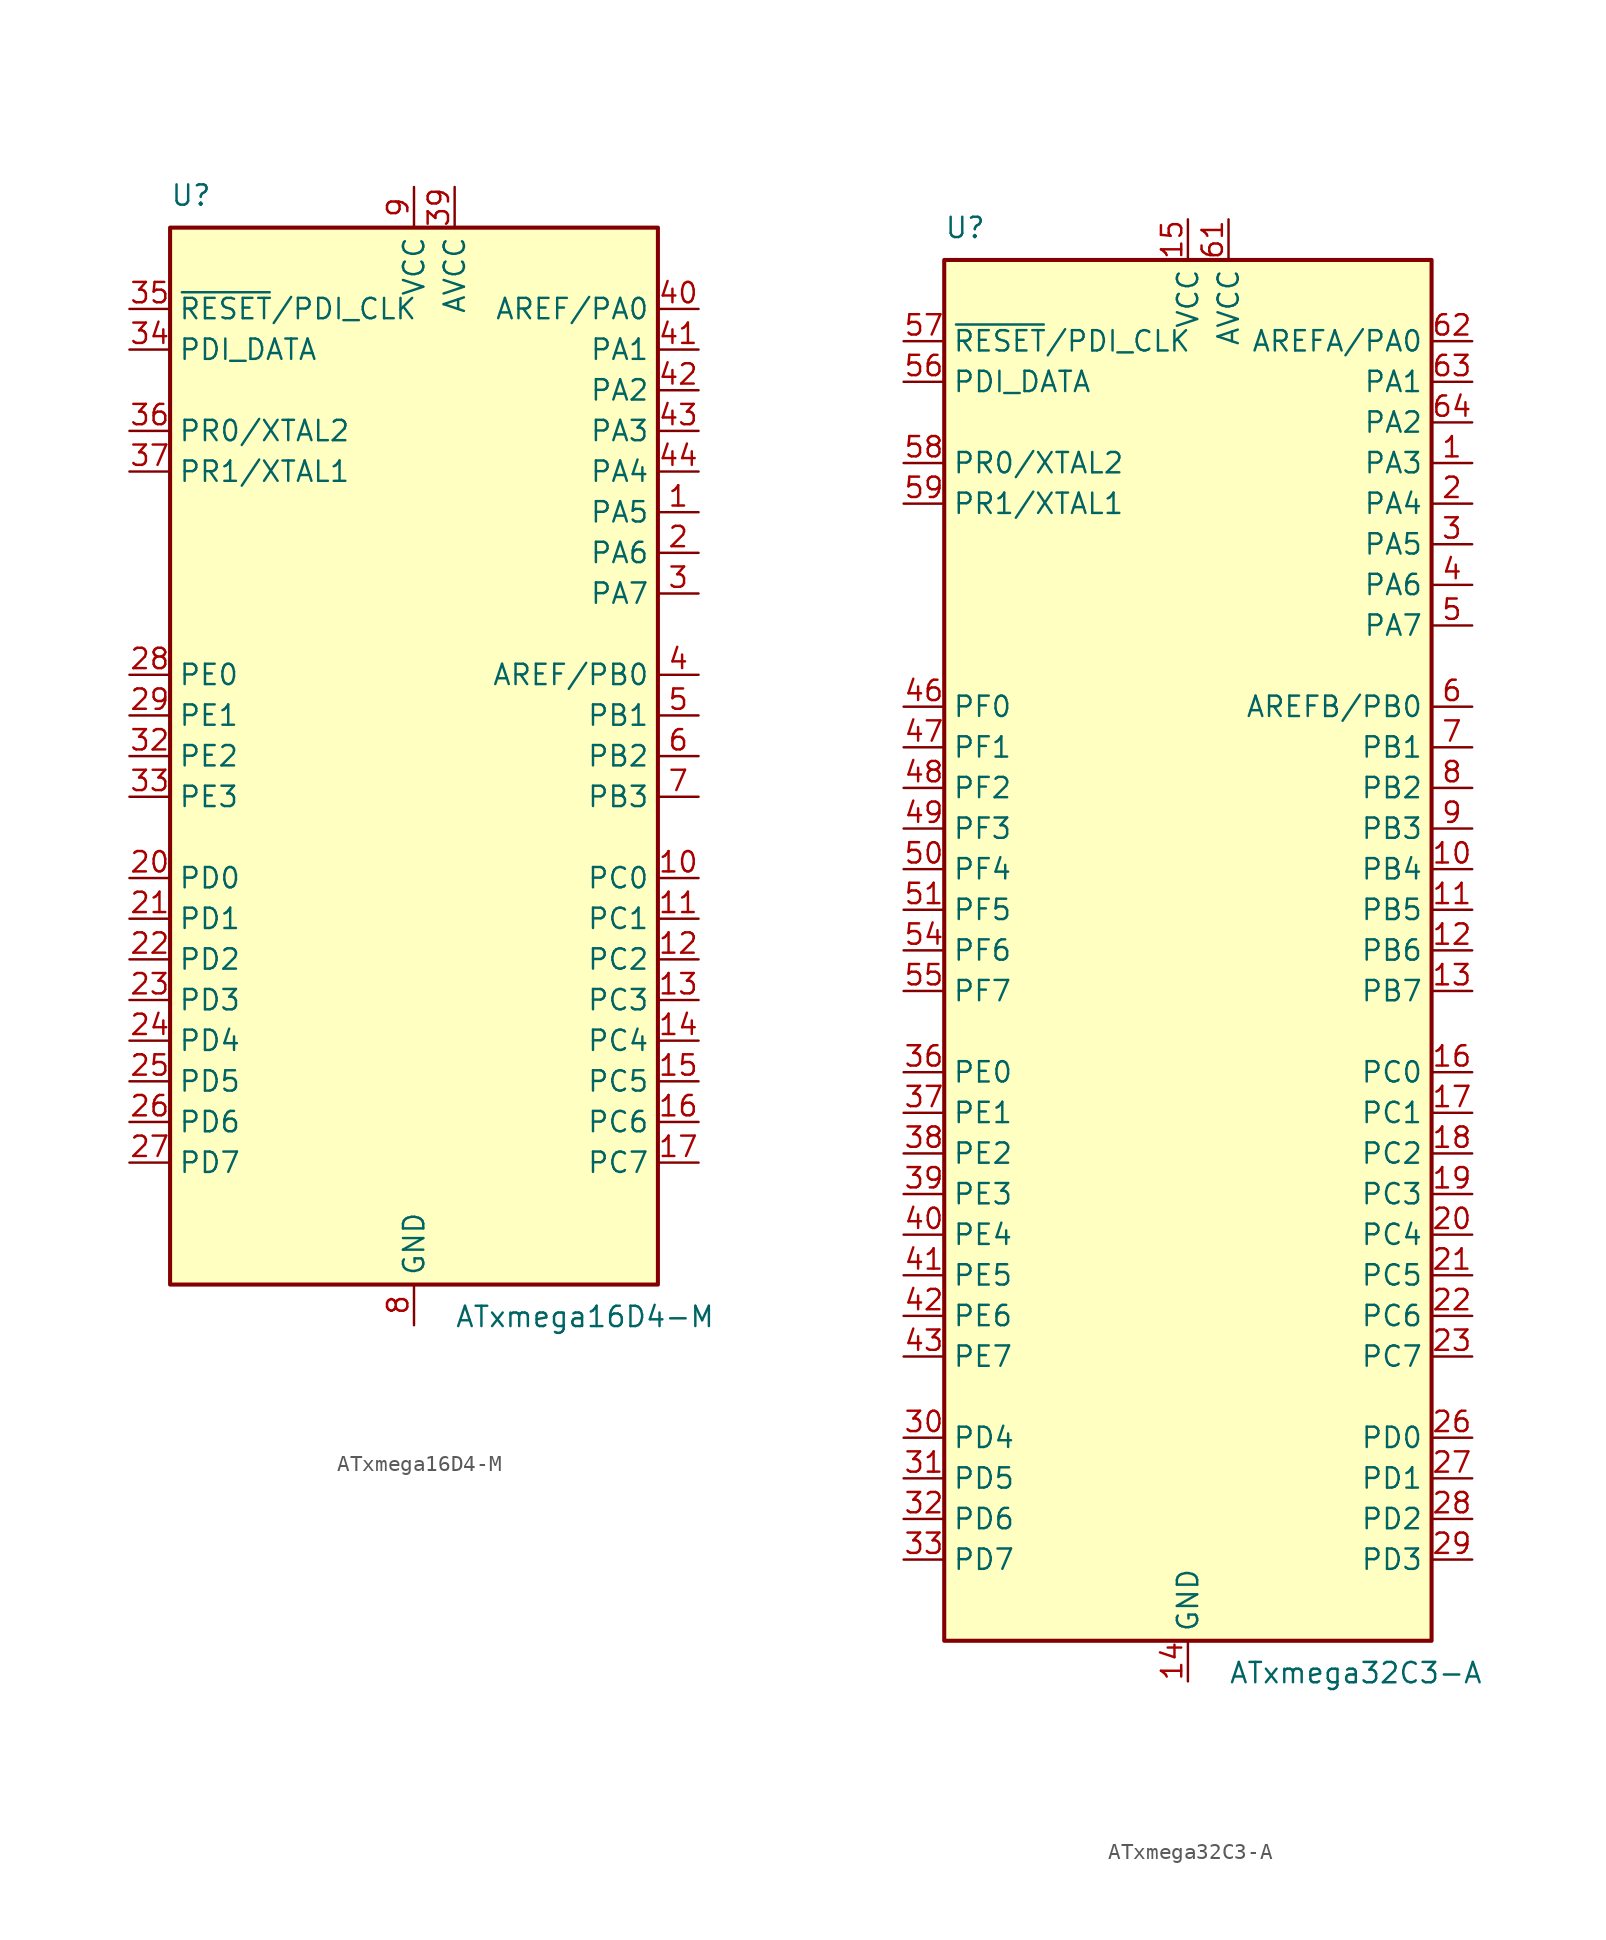
<source format=kicad_sym>
(kicad_symbol_lib
  (version 20241209)
  (generator "kicad_symbol_editor")
  (generator_version "9.0")
  (symbol "ATxmega16D4-M"
    (property "Reference" "U"
      (at -15.24 34.29 0)
      (effects (font (size 1.27 1.27)) (justify left bottom)))
    (property "Value" "ATxmega16D4-M"
      (at 2.54 -34.29 0)
      (effects (font (size 1.27 1.27)) (justify left top)))
    (symbol "ATxmega16D4-M_0_1"
      (rectangle (start -15.24 -33.02) (end 15.24 33.02) (stroke (width 0.254) (type default)) (fill (type background))))
    (symbol "ATxmega16D4-M_1_1"
      (pin input line (at -17.78 27.94 0) (length 2.54) (name "~{RESET}/PDI_CLK" (effects (font (size 1.27 1.27)))) (number "35" (effects (font (size 1.27 1.27)))))
      (pin bidirectional line (at -17.78 25.4 0) (length 2.54) (name "PDI_DATA" (effects (font (size 1.27 1.27)))) (number "34" (effects (font (size 1.27 1.27)))))
      (pin bidirectional line (at -17.78 20.32 0) (length 2.54) (name "PR0/XTAL2" (effects (font (size 1.27 1.27)))) (number "36" (effects (font (size 1.27 1.27)))))
      (pin bidirectional line (at -17.78 17.78 0) (length 2.54) (name "PR1/XTAL1" (effects (font (size 1.27 1.27)))) (number "37" (effects (font (size 1.27 1.27)))))
      (pin bidirectional line (at -17.78 5.08 0) (length 2.54) (name "PE0" (effects (font (size 1.27 1.27)))) (number "28" (effects (font (size 1.27 1.27)))))
      (pin bidirectional line (at -17.78 2.54 0) (length 2.54) (name "PE1" (effects (font (size 1.27 1.27)))) (number "29" (effects (font (size 1.27 1.27)))))
      (pin bidirectional line (at -17.78 0 0) (length 2.54) (name "PE2" (effects (font (size 1.27 1.27)))) (number "32" (effects (font (size 1.27 1.27)))))
      (pin bidirectional line (at -17.78 -2.54 0) (length 2.54) (name "PE3" (effects (font (size 1.27 1.27)))) (number "33" (effects (font (size 1.27 1.27)))))
      (pin bidirectional line (at -17.78 -7.62 0) (length 2.54) (name "PD0" (effects (font (size 1.27 1.27)))) (number "20" (effects (font (size 1.27 1.27)))))
      (pin bidirectional line (at -17.78 -10.16 0) (length 2.54) (name "PD1" (effects (font (size 1.27 1.27)))) (number "21" (effects (font (size 1.27 1.27)))))
      (pin bidirectional line (at -17.78 -12.7 0) (length 2.54) (name "PD2" (effects (font (size 1.27 1.27)))) (number "22" (effects (font (size 1.27 1.27)))))
      (pin bidirectional line (at -17.78 -15.24 0) (length 2.54) (name "PD3" (effects (font (size 1.27 1.27)))) (number "23" (effects (font (size 1.27 1.27)))))
      (pin bidirectional line (at -17.78 -17.78 0) (length 2.54) (name "PD4" (effects (font (size 1.27 1.27)))) (number "24" (effects (font (size 1.27 1.27)))))
      (pin bidirectional line (at -17.78 -20.32 0) (length 2.54) (name "PD5" (effects (font (size 1.27 1.27)))) (number "25" (effects (font (size 1.27 1.27)))))
      (pin bidirectional line (at -17.78 -22.86 0) (length 2.54) (name "PD6" (effects (font (size 1.27 1.27)))) (number "26" (effects (font (size 1.27 1.27)))))
      (pin bidirectional line (at -17.78 -25.4 0) (length 2.54) (name "PD7" (effects (font (size 1.27 1.27)))) (number "27" (effects (font (size 1.27 1.27)))))
      (pin passive line (at 0 35.56 270) (length 2.54) (hide yes) (name "VCC" (effects (font (size 1.27 1.27)))) (number "19" (effects (font (size 1.27 1.27)))))
      (pin passive line (at 0 35.56 270) (length 2.54) (hide yes) (name "VCC" (effects (font (size 1.27 1.27)))) (number "31" (effects (font (size 1.27 1.27)))))
      (pin power_in line (at 0 35.56 270) (length 2.54) (name "VCC" (effects (font (size 1.27 1.27)))) (number "9" (effects (font (size 1.27 1.27)))))
      (pin passive line (at 0 -35.56 90) (length 2.54) (hide yes) (name "GND" (effects (font (size 1.27 1.27)))) (number "18" (effects (font (size 1.27 1.27)))))
      (pin passive line (at 0 -35.56 90) (length 2.54) (hide yes) (name "GND" (effects (font (size 1.27 1.27)))) (number "30" (effects (font (size 1.27 1.27)))))
      (pin passive line (at 0 -35.56 90) (length 2.54) (hide yes) (name "GND" (effects (font (size 1.27 1.27)))) (number "38" (effects (font (size 1.27 1.27)))))
      (pin passive line (at 0 -35.56 90) (length 2.54) (hide yes) (name "GND" (effects (font (size 1.27 1.27)))) (number "45" (effects (font (size 1.27 1.27)))))
      (pin power_in line (at 0 -35.56 90) (length 2.54) (name "GND" (effects (font (size 1.27 1.27)))) (number "8" (effects (font (size 1.27 1.27)))))
      (pin power_in line (at 2.54 35.56 270) (length 2.54) (name "AVCC" (effects (font (size 1.27 1.27)))) (number "39" (effects (font (size 1.27 1.27)))))
      (pin bidirectional line (at 17.78 27.94 180) (length 2.54) (name "AREF/PA0" (effects (font (size 1.27 1.27)))) (number "40" (effects (font (size 1.27 1.27)))))
      (pin bidirectional line (at 17.78 25.4 180) (length 2.54) (name "PA1" (effects (font (size 1.27 1.27)))) (number "41" (effects (font (size 1.27 1.27)))))
      (pin bidirectional line (at 17.78 22.86 180) (length 2.54) (name "PA2" (effects (font (size 1.27 1.27)))) (number "42" (effects (font (size 1.27 1.27)))))
      (pin bidirectional line (at 17.78 20.32 180) (length 2.54) (name "PA3" (effects (font (size 1.27 1.27)))) (number "43" (effects (font (size 1.27 1.27)))))
      (pin bidirectional line (at 17.78 17.78 180) (length 2.54) (name "PA4" (effects (font (size 1.27 1.27)))) (number "44" (effects (font (size 1.27 1.27)))))
      (pin bidirectional line (at 17.78 15.24 180) (length 2.54) (name "PA5" (effects (font (size 1.27 1.27)))) (number "1" (effects (font (size 1.27 1.27)))))
      (pin bidirectional line (at 17.78 12.7 180) (length 2.54) (name "PA6" (effects (font (size 1.27 1.27)))) (number "2" (effects (font (size 1.27 1.27)))))
      (pin bidirectional line (at 17.78 10.16 180) (length 2.54) (name "PA7" (effects (font (size 1.27 1.27)))) (number "3" (effects (font (size 1.27 1.27)))))
      (pin bidirectional line (at 17.78 5.08 180) (length 2.54) (name "AREF/PB0" (effects (font (size 1.27 1.27)))) (number "4" (effects (font (size 1.27 1.27)))))
      (pin bidirectional line (at 17.78 2.54 180) (length 2.54) (name "PB1" (effects (font (size 1.27 1.27)))) (number "5" (effects (font (size 1.27 1.27)))))
      (pin bidirectional line (at 17.78 0 180) (length 2.54) (name "PB2" (effects (font (size 1.27 1.27)))) (number "6" (effects (font (size 1.27 1.27)))))
      (pin bidirectional line (at 17.78 -2.54 180) (length 2.54) (name "PB3" (effects (font (size 1.27 1.27)))) (number "7" (effects (font (size 1.27 1.27)))))
      (pin bidirectional line (at 17.78 -7.62 180) (length 2.54) (name "PC0" (effects (font (size 1.27 1.27)))) (number "10" (effects (font (size 1.27 1.27)))))
      (pin bidirectional line (at 17.78 -10.16 180) (length 2.54) (name "PC1" (effects (font (size 1.27 1.27)))) (number "11" (effects (font (size 1.27 1.27)))))
      (pin bidirectional line (at 17.78 -12.7 180) (length 2.54) (name "PC2" (effects (font (size 1.27 1.27)))) (number "12" (effects (font (size 1.27 1.27)))))
      (pin bidirectional line (at 17.78 -15.24 180) (length 2.54) (name "PC3" (effects (font (size 1.27 1.27)))) (number "13" (effects (font (size 1.27 1.27)))))
      (pin bidirectional line (at 17.78 -17.78 180) (length 2.54) (name "PC4" (effects (font (size 1.27 1.27)))) (number "14" (effects (font (size 1.27 1.27)))))
      (pin bidirectional line (at 17.78 -20.32 180) (length 2.54) (name "PC5" (effects (font (size 1.27 1.27)))) (number "15" (effects (font (size 1.27 1.27)))))
      (pin bidirectional line (at 17.78 -22.86 180) (length 2.54) (name "PC6" (effects (font (size 1.27 1.27)))) (number "16" (effects (font (size 1.27 1.27)))))
      (pin bidirectional line (at 17.78 -25.4 180) (length 2.54) (name "PC7" (effects (font (size 1.27 1.27)))) (number "17" (effects (font (size 1.27 1.27)))))))
  (symbol "ATxmega32C3-A"
    (property "Reference" "U"
      (at -15.24 44.45 0)
      (effects (font (size 1.27 1.27)) (justify left bottom)))
    (property "Value" "ATxmega32C3-A"
      (at 2.54 -44.45 0)
      (effects (font (size 1.27 1.27)) (justify left top)))
    (symbol "ATxmega32C3-A_0_1"
      (rectangle (start -15.24 -43.18) (end 15.24 43.18) (stroke (width 0.254) (type default)) (fill (type background))))
    (symbol "ATxmega32C3-A_1_1"
      (pin input line (at -17.78 38.1 0) (length 2.54) (name "~{RESET}/PDI_CLK" (effects (font (size 1.27 1.27)))) (number "57" (effects (font (size 1.27 1.27)))))
      (pin bidirectional line (at -17.78 35.56 0) (length 2.54) (name "PDI_DATA" (effects (font (size 1.27 1.27)))) (number "56" (effects (font (size 1.27 1.27)))))
      (pin bidirectional line (at -17.78 30.48 0) (length 2.54) (name "PR0/XTAL2" (effects (font (size 1.27 1.27)))) (number "58" (effects (font (size 1.27 1.27)))))
      (pin bidirectional line (at -17.78 27.94 0) (length 2.54) (name "PR1/XTAL1" (effects (font (size 1.27 1.27)))) (number "59" (effects (font (size 1.27 1.27)))))
      (pin bidirectional line (at -17.78 15.24 0) (length 2.54) (name "PF0" (effects (font (size 1.27 1.27)))) (number "46" (effects (font (size 1.27 1.27)))))
      (pin bidirectional line (at -17.78 12.7 0) (length 2.54) (name "PF1" (effects (font (size 1.27 1.27)))) (number "47" (effects (font (size 1.27 1.27)))))
      (pin bidirectional line (at -17.78 10.16 0) (length 2.54) (name "PF2" (effects (font (size 1.27 1.27)))) (number "48" (effects (font (size 1.27 1.27)))))
      (pin bidirectional line (at -17.78 7.62 0) (length 2.54) (name "PF3" (effects (font (size 1.27 1.27)))) (number "49" (effects (font (size 1.27 1.27)))))
      (pin bidirectional line (at -17.78 5.08 0) (length 2.54) (name "PF4" (effects (font (size 1.27 1.27)))) (number "50" (effects (font (size 1.27 1.27)))))
      (pin bidirectional line (at -17.78 2.54 0) (length 2.54) (name "PF5" (effects (font (size 1.27 1.27)))) (number "51" (effects (font (size 1.27 1.27)))))
      (pin bidirectional line (at -17.78 0 0) (length 2.54) (name "PF6" (effects (font (size 1.27 1.27)))) (number "54" (effects (font (size 1.27 1.27)))))
      (pin bidirectional line (at -17.78 -2.54 0) (length 2.54) (name "PF7" (effects (font (size 1.27 1.27)))) (number "55" (effects (font (size 1.27 1.27)))))
      (pin bidirectional line (at -17.78 -7.62 0) (length 2.54) (name "PE0" (effects (font (size 1.27 1.27)))) (number "36" (effects (font (size 1.27 1.27)))))
      (pin bidirectional line (at -17.78 -10.16 0) (length 2.54) (name "PE1" (effects (font (size 1.27 1.27)))) (number "37" (effects (font (size 1.27 1.27)))))
      (pin bidirectional line (at -17.78 -12.7 0) (length 2.54) (name "PE2" (effects (font (size 1.27 1.27)))) (number "38" (effects (font (size 1.27 1.27)))))
      (pin bidirectional line (at -17.78 -15.24 0) (length 2.54) (name "PE3" (effects (font (size 1.27 1.27)))) (number "39" (effects (font (size 1.27 1.27)))))
      (pin bidirectional line (at -17.78 -17.78 0) (length 2.54) (name "PE4" (effects (font (size 1.27 1.27)))) (number "40" (effects (font (size 1.27 1.27)))))
      (pin bidirectional line (at -17.78 -20.32 0) (length 2.54) (name "PE5" (effects (font (size 1.27 1.27)))) (number "41" (effects (font (size 1.27 1.27)))))
      (pin bidirectional line (at -17.78 -22.86 0) (length 2.54) (name "PE6" (effects (font (size 1.27 1.27)))) (number "42" (effects (font (size 1.27 1.27)))))
      (pin bidirectional line (at -17.78 -25.4 0) (length 2.54) (name "PE7" (effects (font (size 1.27 1.27)))) (number "43" (effects (font (size 1.27 1.27)))))
      (pin bidirectional line (at -17.78 -30.48 0) (length 2.54) (name "PD4" (effects (font (size 1.27 1.27)))) (number "30" (effects (font (size 1.27 1.27)))))
      (pin bidirectional line (at -17.78 -33.02 0) (length 2.54) (name "PD5" (effects (font (size 1.27 1.27)))) (number "31" (effects (font (size 1.27 1.27)))))
      (pin bidirectional line (at -17.78 -35.56 0) (length 2.54) (name "PD6" (effects (font (size 1.27 1.27)))) (number "32" (effects (font (size 1.27 1.27)))))
      (pin bidirectional line (at -17.78 -38.1 0) (length 2.54) (name "PD7" (effects (font (size 1.27 1.27)))) (number "33" (effects (font (size 1.27 1.27)))))
      (pin power_in line (at 0 45.72 270) (length 2.54) (name "VCC" (effects (font (size 1.27 1.27)))) (number "15" (effects (font (size 1.27 1.27)))))
      (pin passive line (at 0 45.72 270) (length 2.54) (hide yes) (name "VCC" (effects (font (size 1.27 1.27)))) (number "25" (effects (font (size 1.27 1.27)))))
      (pin passive line (at 0 45.72 270) (length 2.54) (hide yes) (name "VCC" (effects (font (size 1.27 1.27)))) (number "35" (effects (font (size 1.27 1.27)))))
      (pin passive line (at 0 45.72 270) (length 2.54) (hide yes) (name "VCC" (effects (font (size 1.27 1.27)))) (number "45" (effects (font (size 1.27 1.27)))))
      (pin passive line (at 0 45.72 270) (length 2.54) (hide yes) (name "VCC" (effects (font (size 1.27 1.27)))) (number "53" (effects (font (size 1.27 1.27)))))
      (pin power_in line (at 0 -45.72 90) (length 2.54) (name "GND" (effects (font (size 1.27 1.27)))) (number "14" (effects (font (size 1.27 1.27)))))
      (pin passive line (at 0 -45.72 90) (length 2.54) (hide yes) (name "GND" (effects (font (size 1.27 1.27)))) (number "24" (effects (font (size 1.27 1.27)))))
      (pin passive line (at 0 -45.72 90) (length 2.54) (hide yes) (name "GND" (effects (font (size 1.27 1.27)))) (number "34" (effects (font (size 1.27 1.27)))))
      (pin passive line (at 0 -45.72 90) (length 2.54) (hide yes) (name "GND" (effects (font (size 1.27 1.27)))) (number "44" (effects (font (size 1.27 1.27)))))
      (pin passive line (at 0 -45.72 90) (length 2.54) (hide yes) (name "GND" (effects (font (size 1.27 1.27)))) (number "52" (effects (font (size 1.27 1.27)))))
      (pin passive line (at 0 -45.72 90) (length 2.54) (hide yes) (name "GND" (effects (font (size 1.27 1.27)))) (number "60" (effects (font (size 1.27 1.27)))))
      (pin power_in line (at 2.54 45.72 270) (length 2.54) (name "AVCC" (effects (font (size 1.27 1.27)))) (number "61" (effects (font (size 1.27 1.27)))))
      (pin bidirectional line (at 17.78 38.1 180) (length 2.54) (name "AREFA/PA0" (effects (font (size 1.27 1.27)))) (number "62" (effects (font (size 1.27 1.27)))))
      (pin bidirectional line (at 17.78 35.56 180) (length 2.54) (name "PA1" (effects (font (size 1.27 1.27)))) (number "63" (effects (font (size 1.27 1.27)))))
      (pin bidirectional line (at 17.78 33.02 180) (length 2.54) (name "PA2" (effects (font (size 1.27 1.27)))) (number "64" (effects (font (size 1.27 1.27)))))
      (pin bidirectional line (at 17.78 30.48 180) (length 2.54) (name "PA3" (effects (font (size 1.27 1.27)))) (number "1" (effects (font (size 1.27 1.27)))))
      (pin bidirectional line (at 17.78 27.94 180) (length 2.54) (name "PA4" (effects (font (size 1.27 1.27)))) (number "2" (effects (font (size 1.27 1.27)))))
      (pin bidirectional line (at 17.78 25.4 180) (length 2.54) (name "PA5" (effects (font (size 1.27 1.27)))) (number "3" (effects (font (size 1.27 1.27)))))
      (pin bidirectional line (at 17.78 22.86 180) (length 2.54) (name "PA6" (effects (font (size 1.27 1.27)))) (number "4" (effects (font (size 1.27 1.27)))))
      (pin bidirectional line (at 17.78 20.32 180) (length 2.54) (name "PA7" (effects (font (size 1.27 1.27)))) (number "5" (effects (font (size 1.27 1.27)))))
      (pin bidirectional line (at 17.78 15.24 180) (length 2.54) (name "AREFB/PB0" (effects (font (size 1.27 1.27)))) (number "6" (effects (font (size 1.27 1.27)))))
      (pin bidirectional line (at 17.78 12.7 180) (length 2.54) (name "PB1" (effects (font (size 1.27 1.27)))) (number "7" (effects (font (size 1.27 1.27)))))
      (pin bidirectional line (at 17.78 10.16 180) (length 2.54) (name "PB2" (effects (font (size 1.27 1.27)))) (number "8" (effects (font (size 1.27 1.27)))))
      (pin bidirectional line (at 17.78 7.62 180) (length 2.54) (name "PB3" (effects (font (size 1.27 1.27)))) (number "9" (effects (font (size 1.27 1.27)))))
      (pin bidirectional line (at 17.78 5.08 180) (length 2.54) (name "PB4" (effects (font (size 1.27 1.27)))) (number "10" (effects (font (size 1.27 1.27)))))
      (pin bidirectional line (at 17.78 2.54 180) (length 2.54) (name "PB5" (effects (font (size 1.27 1.27)))) (number "11" (effects (font (size 1.27 1.27)))))
      (pin bidirectional line (at 17.78 0 180) (length 2.54) (name "PB6" (effects (font (size 1.27 1.27)))) (number "12" (effects (font (size 1.27 1.27)))))
      (pin bidirectional line (at 17.78 -2.54 180) (length 2.54) (name "PB7" (effects (font (size 1.27 1.27)))) (number "13" (effects (font (size 1.27 1.27)))))
      (pin bidirectional line (at 17.78 -7.62 180) (length 2.54) (name "PC0" (effects (font (size 1.27 1.27)))) (number "16" (effects (font (size 1.27 1.27)))))
      (pin bidirectional line (at 17.78 -10.16 180) (length 2.54) (name "PC1" (effects (font (size 1.27 1.27)))) (number "17" (effects (font (size 1.27 1.27)))))
      (pin bidirectional line (at 17.78 -12.7 180) (length 2.54) (name "PC2" (effects (font (size 1.27 1.27)))) (number "18" (effects (font (size 1.27 1.27)))))
      (pin bidirectional line (at 17.78 -15.24 180) (length 2.54) (name "PC3" (effects (font (size 1.27 1.27)))) (number "19" (effects (font (size 1.27 1.27)))))
      (pin bidirectional line (at 17.78 -17.78 180) (length 2.54) (name "PC4" (effects (font (size 1.27 1.27)))) (number "20" (effects (font (size 1.27 1.27)))))
      (pin bidirectional line (at 17.78 -20.32 180) (length 2.54) (name "PC5" (effects (font (size 1.27 1.27)))) (number "21" (effects (font (size 1.27 1.27)))))
      (pin bidirectional line (at 17.78 -22.86 180) (length 2.54) (name "PC6" (effects (font (size 1.27 1.27)))) (number "22" (effects (font (size 1.27 1.27)))))
      (pin bidirectional line (at 17.78 -25.4 180) (length 2.54) (name "PC7" (effects (font (size 1.27 1.27)))) (number "23" (effects (font (size 1.27 1.27)))))
      (pin bidirectional line (at 17.78 -30.48 180) (length 2.54) (name "PD0" (effects (font (size 1.27 1.27)))) (number "26" (effects (font (size 1.27 1.27)))))
      (pin bidirectional line (at 17.78 -33.02 180) (length 2.54) (name "PD1" (effects (font (size 1.27 1.27)))) (number "27" (effects (font (size 1.27 1.27)))))
      (pin bidirectional line (at 17.78 -35.56 180) (length 2.54) (name "PD2" (effects (font (size 1.27 1.27)))) (number "28" (effects (font (size 1.27 1.27)))))
      (pin bidirectional line (at 17.78 -38.1 180) (length 2.54) (name "PD3" (effects (font (size 1.27 1.27)))) (number "29" (effects (font (size 1.27 1.27))))))))
</source>
